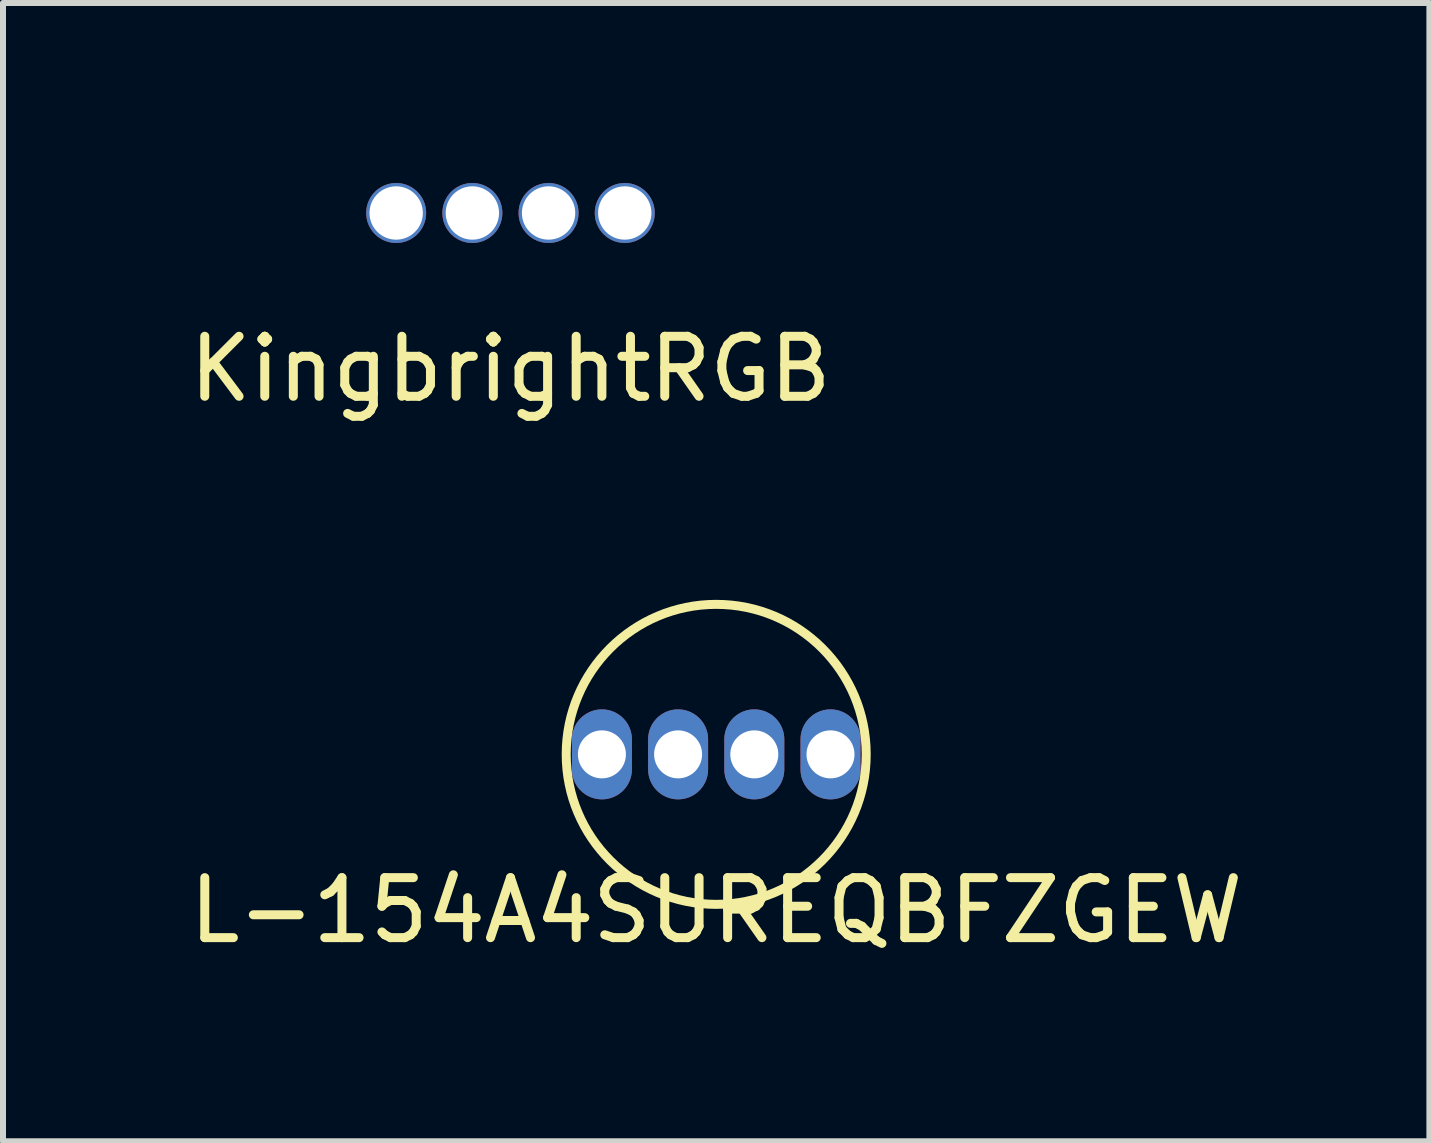
<source format=kicad_pcb>
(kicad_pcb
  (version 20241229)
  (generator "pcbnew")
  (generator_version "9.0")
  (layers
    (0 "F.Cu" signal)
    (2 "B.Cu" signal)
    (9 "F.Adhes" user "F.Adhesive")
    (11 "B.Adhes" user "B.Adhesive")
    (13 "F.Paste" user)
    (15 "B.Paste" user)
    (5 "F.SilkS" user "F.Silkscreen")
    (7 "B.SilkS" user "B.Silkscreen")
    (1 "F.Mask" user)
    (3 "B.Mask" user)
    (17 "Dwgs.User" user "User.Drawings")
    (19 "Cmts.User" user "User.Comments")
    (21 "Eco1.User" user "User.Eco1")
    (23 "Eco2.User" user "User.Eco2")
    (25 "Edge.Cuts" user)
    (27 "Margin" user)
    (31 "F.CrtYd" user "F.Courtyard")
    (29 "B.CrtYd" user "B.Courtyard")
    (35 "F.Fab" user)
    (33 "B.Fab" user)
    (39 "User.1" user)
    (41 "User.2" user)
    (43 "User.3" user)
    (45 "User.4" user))
  (footprint "L-154A4SUREQBFZGEW"
    (layer "F.Cu")
    (at 8.887 9.523)
    (property "Reference" "L-154A4SUREQBFZGEW" (at 0 2.6 0) (layer "F.SilkS") (effects (font (size 1 1) (thickness 0.15))))
    (attr through_hole)
    (fp_circle (center 0 0) (end 2.5 0) (stroke (width 0.15) (type solid)) (fill no) (layer "F.SilkS"))
    (pad "1" thru_hole oval (at -1.905 0) (size 1 1.5) (drill 0.8) (layers "*.Cu" "*.Mask"))
    (pad "2" thru_hole oval (at -0.635 0) (size 1 1.5) (drill 0.8) (layers "*.Cu" "*.Mask"))
    (pad "3" thru_hole oval (at 0.635 0) (size 1 1.5) (drill 0.8) (layers "*.Cu" "*.Mask"))
    (pad "4" thru_hole oval (at 1.905 0) (size 1 1.5) (drill 0.8) (layers "*.Cu" "*.Mask")))
  (footprint "KingbrightRGB"
    (layer "F.Cu")
    (at 5.458 0.5)
    (property "Reference" "KingbrightRGB" (at 0 2.6 0) (layer "F.SilkS") (effects (font (size 1 1) (thickness 0.15))))
    (attr through_hole)
    (pad "1" thru_hole circle (at -0.635 0) (size 1 1) (drill 0.889) (layers "*.Cu" "*.Mask"))
    (pad "2" thru_hole circle (at -1.905 0) (size 1 1) (drill 0.889) (layers "*.Cu" "*.Mask"))
    (pad "3" thru_hole circle (at 1.905 0) (size 1 1) (drill 0.889) (layers "*.Cu" "*.Mask"))
    (pad "4" thru_hole circle (at 0.635 0) (size 1 1) (drill 0.889) (layers "*.Cu" "*.Mask")))
  (gr_rect
    (start -3 -3)
    (end 20.774 15.972)
    (stroke (width 0.1) (type default))
    (fill no)
    (layer "Edge.Cuts")))
</source>
